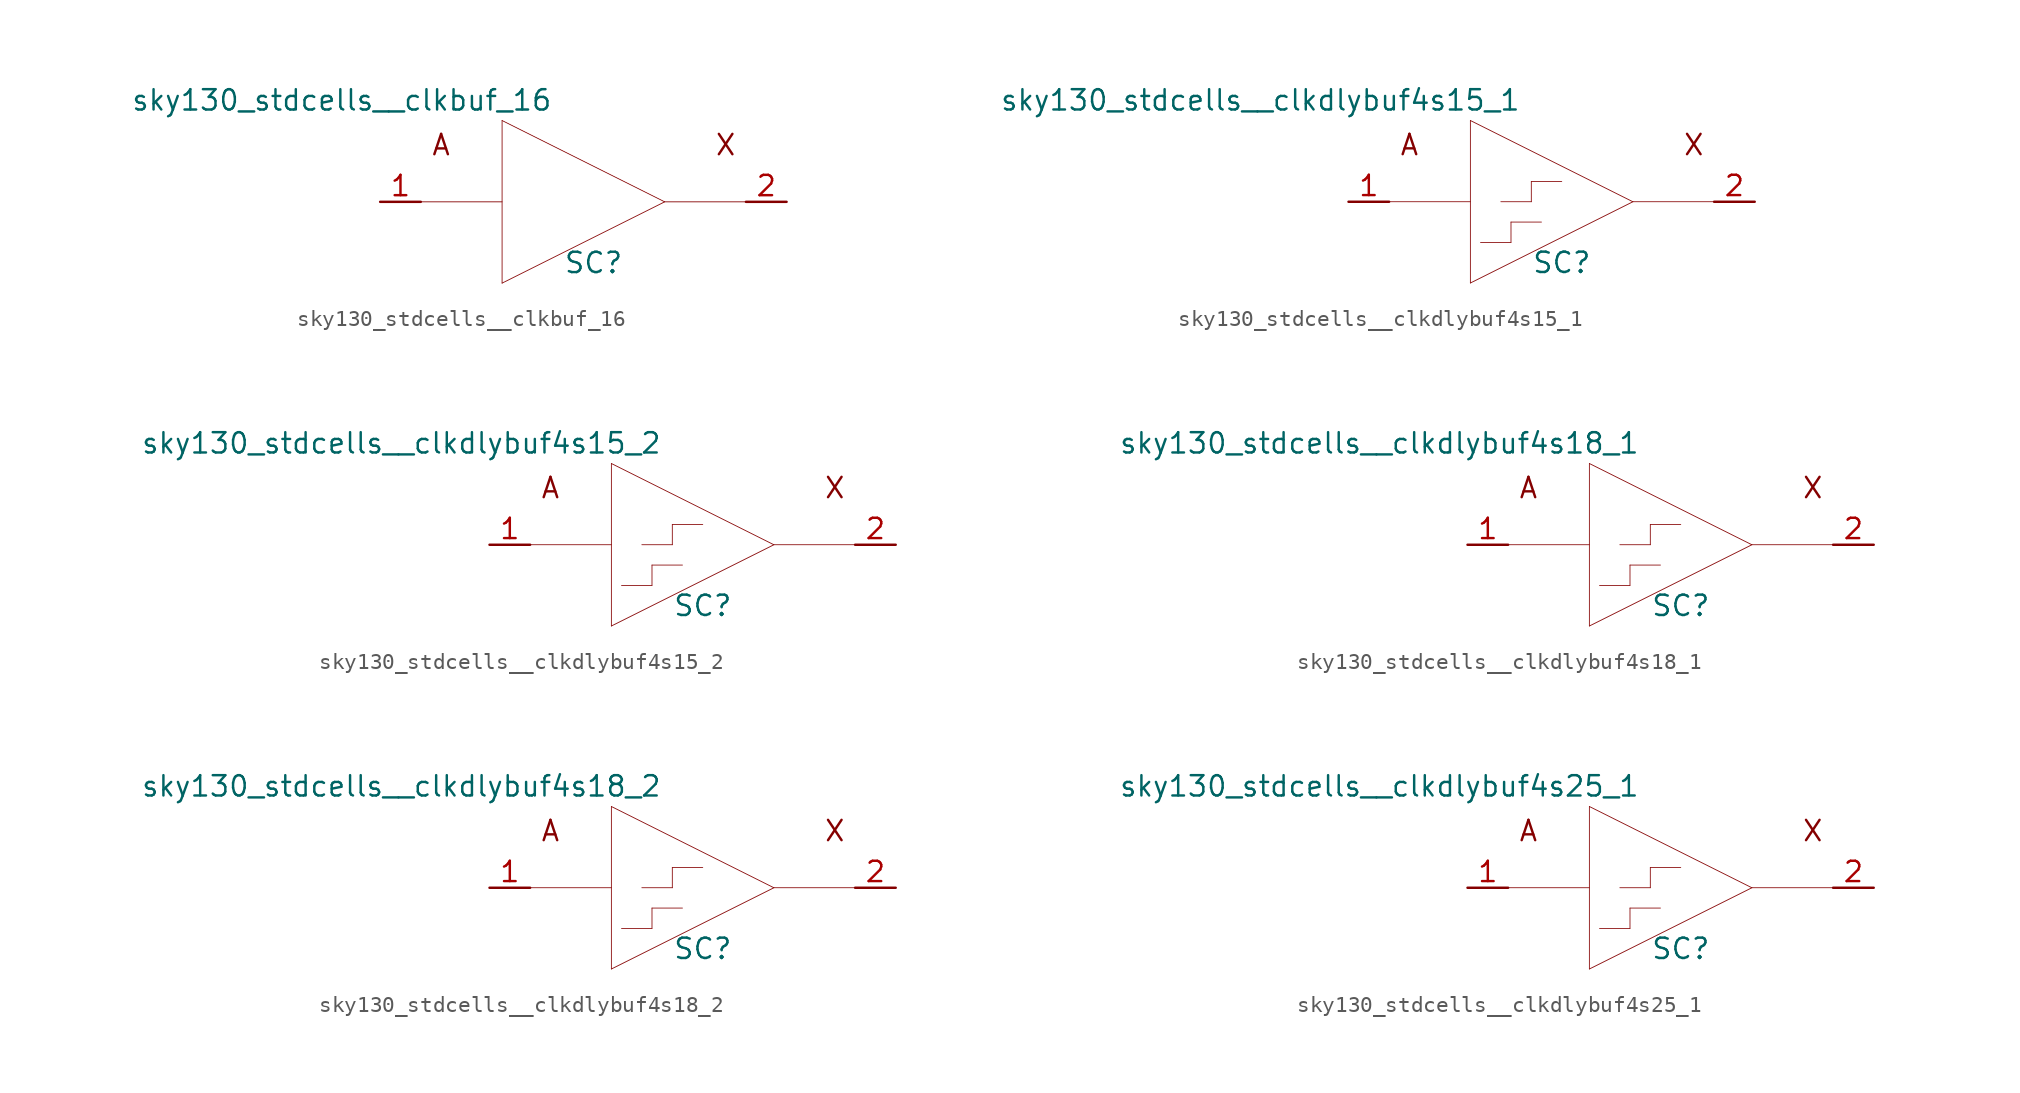
<source format=kicad_sym>
(kicad_symbol_lib
  (version 20211014)
  (generator kicad_symbol_editor)
  (symbol "sky130_stdcells__clkbuf_16"
    (pin_names hide)
    (property "Reference" "SC"
      (at 0.635 -3.81 0)
      (effects (font (size 1.27 1.27))))
    (property "Value" "sky130_stdcells__clkbuf_16"
      (at -1.905 6.35 0)
      (effects (font (size 1.27 1.27)) (justify right)))
    (symbol "sky130_stdcells__clkbuf_16_0_0"
      (polyline (pts (xy -10.16 0) (xy -5.08 0)) (stroke (width 0.051) (type default) (color 0 0 0 0)) (fill (type none)))
      (polyline (pts (xy -5.08 -5.08) (xy 5.08 0)) (stroke (width 0.051) (type default) (color 0 0 0 0)) (fill (type none)))
      (polyline (pts (xy -5.08 5.08) (xy -5.08 -5.08)) (stroke (width 0.051) (type default) (color 0 0 0 0)) (fill (type none)))
      (polyline (pts (xy -5.08 5.08) (xy 5.08 0)) (stroke (width 0.051) (type default) (color 0 0 0 0)) (fill (type none)))
      (polyline (pts (xy 5.08 0) (xy 10.16 0)) (stroke (width 0.051) (type default) (color 0 0 0 0)) (fill (type none)))
      (text "A" (at -8.89 3.556 0) (effects (font (size 1.27 1.27))))
      (text "X" (at 8.89 3.556 0) (effects (font (size 1.27 1.27)))))
    (symbol "sky130_stdcells__clkbuf_16_1_1"
      (pin input line (at -12.7 0 0) (length 2.54) (name "A" (effects (font (size 1.092 1.092)))) (number "1" (effects (font (size 1.27 1.27)))))
      (pin output line (at 12.7 0 180) (length 2.54) (name "X" (effects (font (size 1.092 1.092)))) (number "2" (effects (font (size 1.27 1.27)))))))
  (symbol "sky130_stdcells__clkdlybuf4s15_1"
    (pin_names hide)
    (property "Reference" "SC"
      (at 0.635 -3.81 0)
      (effects (font (size 1.27 1.27))))
    (property "Value" "sky130_stdcells__clkdlybuf4s15_1"
      (at -1.905 6.35 0)
      (effects (font (size 1.27 1.27)) (justify right)))
    (symbol "sky130_stdcells__clkdlybuf4s15_1_0_0"
      (polyline (pts (xy -10.16 0) (xy -5.08 0)) (stroke (width 0.051) (type default) (color 0 0 0 0)) (fill (type none)))
      (polyline (pts (xy -5.08 -5.08) (xy 5.08 0)) (stroke (width 0.051) (type default) (color 0 0 0 0)) (fill (type none)))
      (polyline (pts (xy -5.08 5.08) (xy -5.08 -5.08)) (stroke (width 0.051) (type default) (color 0 0 0 0)) (fill (type none)))
      (polyline (pts (xy -5.08 5.08) (xy 5.08 0)) (stroke (width 0.051) (type default) (color 0 0 0 0)) (fill (type none)))
      (polyline (pts (xy -4.445 -2.54) (xy -2.54 -2.54)) (stroke (width 0.051) (type default) (color 0 0 0 0)) (fill (type none)))
      (polyline (pts (xy -3.175 0) (xy -1.27 0)) (stroke (width 0.051) (type default) (color 0 0 0 0)) (fill (type none)))
      (polyline (pts (xy -2.54 -1.27) (xy -2.54 -2.54)) (stroke (width 0.051) (type default) (color 0 0 0 0)) (fill (type none)))
      (polyline (pts (xy -2.54 -1.27) (xy -0.635 -1.27)) (stroke (width 0.051) (type default) (color 0 0 0 0)) (fill (type none)))
      (polyline (pts (xy -1.27 1.27) (xy -1.27 0)) (stroke (width 0.051) (type default) (color 0 0 0 0)) (fill (type none)))
      (polyline (pts (xy -1.27 1.27) (xy 0.635 1.27)) (stroke (width 0.051) (type default) (color 0 0 0 0)) (fill (type none)))
      (polyline (pts (xy 5.08 0) (xy 10.16 0)) (stroke (width 0.051) (type default) (color 0 0 0 0)) (fill (type none)))
      (text "A" (at -8.89 3.556 0) (effects (font (size 1.27 1.27))))
      (text "X" (at 8.89 3.556 0) (effects (font (size 1.27 1.27)))))
    (symbol "sky130_stdcells__clkdlybuf4s15_1_1_1"
      (pin input line (at -12.7 0 0) (length 2.54) (name "A" (effects (font (size 1.092 1.092)))) (number "1" (effects (font (size 1.27 1.27)))))
      (pin output line (at 12.7 0 180) (length 2.54) (name "X" (effects (font (size 1.092 1.092)))) (number "2" (effects (font (size 1.27 1.27)))))))
  (symbol "sky130_stdcells__clkdlybuf4s15_2"
    (pin_names hide)
    (property "Reference" "SC"
      (at 0.635 -3.81 0)
      (effects (font (size 1.27 1.27))))
    (property "Value" "sky130_stdcells__clkdlybuf4s15_2"
      (at -1.905 6.35 0)
      (effects (font (size 1.27 1.27)) (justify right)))
    (symbol "sky130_stdcells__clkdlybuf4s15_2_0_0"
      (polyline (pts (xy -10.16 0) (xy -5.08 0)) (stroke (width 0.051) (type default) (color 0 0 0 0)) (fill (type none)))
      (polyline (pts (xy -5.08 -5.08) (xy 5.08 0)) (stroke (width 0.051) (type default) (color 0 0 0 0)) (fill (type none)))
      (polyline (pts (xy -5.08 5.08) (xy -5.08 -5.08)) (stroke (width 0.051) (type default) (color 0 0 0 0)) (fill (type none)))
      (polyline (pts (xy -5.08 5.08) (xy 5.08 0)) (stroke (width 0.051) (type default) (color 0 0 0 0)) (fill (type none)))
      (polyline (pts (xy -4.445 -2.54) (xy -2.54 -2.54)) (stroke (width 0.051) (type default) (color 0 0 0 0)) (fill (type none)))
      (polyline (pts (xy -3.175 0) (xy -1.27 0)) (stroke (width 0.051) (type default) (color 0 0 0 0)) (fill (type none)))
      (polyline (pts (xy -2.54 -1.27) (xy -2.54 -2.54)) (stroke (width 0.051) (type default) (color 0 0 0 0)) (fill (type none)))
      (polyline (pts (xy -2.54 -1.27) (xy -0.635 -1.27)) (stroke (width 0.051) (type default) (color 0 0 0 0)) (fill (type none)))
      (polyline (pts (xy -1.27 1.27) (xy -1.27 0)) (stroke (width 0.051) (type default) (color 0 0 0 0)) (fill (type none)))
      (polyline (pts (xy -1.27 1.27) (xy 0.635 1.27)) (stroke (width 0.051) (type default) (color 0 0 0 0)) (fill (type none)))
      (polyline (pts (xy 5.08 0) (xy 10.16 0)) (stroke (width 0.051) (type default) (color 0 0 0 0)) (fill (type none)))
      (text "A" (at -8.89 3.556 0) (effects (font (size 1.27 1.27))))
      (text "X" (at 8.89 3.556 0) (effects (font (size 1.27 1.27)))))
    (symbol "sky130_stdcells__clkdlybuf4s15_2_1_1"
      (pin input line (at -12.7 0 0) (length 2.54) (name "A" (effects (font (size 1.092 1.092)))) (number "1" (effects (font (size 1.27 1.27)))))
      (pin output line (at 12.7 0 180) (length 2.54) (name "X" (effects (font (size 1.092 1.092)))) (number "2" (effects (font (size 1.27 1.27)))))))
  (symbol "sky130_stdcells__clkdlybuf4s18_1"
    (pin_names hide)
    (property "Reference" "SC"
      (at 0.635 -3.81 0)
      (effects (font (size 1.27 1.27))))
    (property "Value" "sky130_stdcells__clkdlybuf4s18_1"
      (at -1.905 6.35 0)
      (effects (font (size 1.27 1.27)) (justify right)))
    (symbol "sky130_stdcells__clkdlybuf4s18_1_0_0"
      (polyline (pts (xy -10.16 0) (xy -5.08 0)) (stroke (width 0.051) (type default) (color 0 0 0 0)) (fill (type none)))
      (polyline (pts (xy -5.08 -5.08) (xy 5.08 0)) (stroke (width 0.051) (type default) (color 0 0 0 0)) (fill (type none)))
      (polyline (pts (xy -5.08 5.08) (xy -5.08 -5.08)) (stroke (width 0.051) (type default) (color 0 0 0 0)) (fill (type none)))
      (polyline (pts (xy -5.08 5.08) (xy 5.08 0)) (stroke (width 0.051) (type default) (color 0 0 0 0)) (fill (type none)))
      (polyline (pts (xy -4.445 -2.54) (xy -2.54 -2.54)) (stroke (width 0.051) (type default) (color 0 0 0 0)) (fill (type none)))
      (polyline (pts (xy -3.175 0) (xy -1.27 0)) (stroke (width 0.051) (type default) (color 0 0 0 0)) (fill (type none)))
      (polyline (pts (xy -2.54 -1.27) (xy -2.54 -2.54)) (stroke (width 0.051) (type default) (color 0 0 0 0)) (fill (type none)))
      (polyline (pts (xy -2.54 -1.27) (xy -0.635 -1.27)) (stroke (width 0.051) (type default) (color 0 0 0 0)) (fill (type none)))
      (polyline (pts (xy -1.27 1.27) (xy -1.27 0)) (stroke (width 0.051) (type default) (color 0 0 0 0)) (fill (type none)))
      (polyline (pts (xy -1.27 1.27) (xy 0.635 1.27)) (stroke (width 0.051) (type default) (color 0 0 0 0)) (fill (type none)))
      (polyline (pts (xy 5.08 0) (xy 10.16 0)) (stroke (width 0.051) (type default) (color 0 0 0 0)) (fill (type none)))
      (text "A" (at -8.89 3.556 0) (effects (font (size 1.27 1.27))))
      (text "X" (at 8.89 3.556 0) (effects (font (size 1.27 1.27)))))
    (symbol "sky130_stdcells__clkdlybuf4s18_1_1_1"
      (pin input line (at -12.7 0 0) (length 2.54) (name "A" (effects (font (size 1.092 1.092)))) (number "1" (effects (font (size 1.27 1.27)))))
      (pin output line (at 12.7 0 180) (length 2.54) (name "X" (effects (font (size 1.092 1.092)))) (number "2" (effects (font (size 1.27 1.27)))))))
  (symbol "sky130_stdcells__clkdlybuf4s18_2"
    (pin_names hide)
    (property "Reference" "SC"
      (at 0.635 -3.81 0)
      (effects (font (size 1.27 1.27))))
    (property "Value" "sky130_stdcells__clkdlybuf4s18_2"
      (at -1.905 6.35 0)
      (effects (font (size 1.27 1.27)) (justify right)))
    (symbol "sky130_stdcells__clkdlybuf4s18_2_0_0"
      (polyline (pts (xy -10.16 0) (xy -5.08 0)) (stroke (width 0.051) (type default) (color 0 0 0 0)) (fill (type none)))
      (polyline (pts (xy -5.08 -5.08) (xy 5.08 0)) (stroke (width 0.051) (type default) (color 0 0 0 0)) (fill (type none)))
      (polyline (pts (xy -5.08 5.08) (xy -5.08 -5.08)) (stroke (width 0.051) (type default) (color 0 0 0 0)) (fill (type none)))
      (polyline (pts (xy -5.08 5.08) (xy 5.08 0)) (stroke (width 0.051) (type default) (color 0 0 0 0)) (fill (type none)))
      (polyline (pts (xy -4.445 -2.54) (xy -2.54 -2.54)) (stroke (width 0.051) (type default) (color 0 0 0 0)) (fill (type none)))
      (polyline (pts (xy -3.175 0) (xy -1.27 0)) (stroke (width 0.051) (type default) (color 0 0 0 0)) (fill (type none)))
      (polyline (pts (xy -2.54 -1.27) (xy -2.54 -2.54)) (stroke (width 0.051) (type default) (color 0 0 0 0)) (fill (type none)))
      (polyline (pts (xy -2.54 -1.27) (xy -0.635 -1.27)) (stroke (width 0.051) (type default) (color 0 0 0 0)) (fill (type none)))
      (polyline (pts (xy -1.27 1.27) (xy -1.27 0)) (stroke (width 0.051) (type default) (color 0 0 0 0)) (fill (type none)))
      (polyline (pts (xy -1.27 1.27) (xy 0.635 1.27)) (stroke (width 0.051) (type default) (color 0 0 0 0)) (fill (type none)))
      (polyline (pts (xy 5.08 0) (xy 10.16 0)) (stroke (width 0.051) (type default) (color 0 0 0 0)) (fill (type none)))
      (text "A" (at -8.89 3.556 0) (effects (font (size 1.27 1.27))))
      (text "X" (at 8.89 3.556 0) (effects (font (size 1.27 1.27)))))
    (symbol "sky130_stdcells__clkdlybuf4s18_2_1_1"
      (pin input line (at -12.7 0 0) (length 2.54) (name "A" (effects (font (size 1.092 1.092)))) (number "1" (effects (font (size 1.27 1.27)))))
      (pin output line (at 12.7 0 180) (length 2.54) (name "X" (effects (font (size 1.092 1.092)))) (number "2" (effects (font (size 1.27 1.27)))))))
  (symbol "sky130_stdcells__clkdlybuf4s25_1"
    (pin_names hide)
    (property "Reference" "SC"
      (at 0.635 -3.81 0)
      (effects (font (size 1.27 1.27))))
    (property "Value" "sky130_stdcells__clkdlybuf4s25_1"
      (at -1.905 6.35 0)
      (effects (font (size 1.27 1.27)) (justify right)))
    (symbol "sky130_stdcells__clkdlybuf4s25_1_0_0"
      (polyline (pts (xy -10.16 0) (xy -5.08 0)) (stroke (width 0.051) (type default) (color 0 0 0 0)) (fill (type none)))
      (polyline (pts (xy -5.08 -5.08) (xy 5.08 0)) (stroke (width 0.051) (type default) (color 0 0 0 0)) (fill (type none)))
      (polyline (pts (xy -5.08 5.08) (xy -5.08 -5.08)) (stroke (width 0.051) (type default) (color 0 0 0 0)) (fill (type none)))
      (polyline (pts (xy -5.08 5.08) (xy 5.08 0)) (stroke (width 0.051) (type default) (color 0 0 0 0)) (fill (type none)))
      (polyline (pts (xy -4.445 -2.54) (xy -2.54 -2.54)) (stroke (width 0.051) (type default) (color 0 0 0 0)) (fill (type none)))
      (polyline (pts (xy -3.175 0) (xy -1.27 0)) (stroke (width 0.051) (type default) (color 0 0 0 0)) (fill (type none)))
      (polyline (pts (xy -2.54 -1.27) (xy -2.54 -2.54)) (stroke (width 0.051) (type default) (color 0 0 0 0)) (fill (type none)))
      (polyline (pts (xy -2.54 -1.27) (xy -0.635 -1.27)) (stroke (width 0.051) (type default) (color 0 0 0 0)) (fill (type none)))
      (polyline (pts (xy -1.27 1.27) (xy -1.27 0)) (stroke (width 0.051) (type default) (color 0 0 0 0)) (fill (type none)))
      (polyline (pts (xy -1.27 1.27) (xy 0.635 1.27)) (stroke (width 0.051) (type default) (color 0 0 0 0)) (fill (type none)))
      (polyline (pts (xy 5.08 0) (xy 10.16 0)) (stroke (width 0.051) (type default) (color 0 0 0 0)) (fill (type none)))
      (text "A" (at -8.89 3.556 0) (effects (font (size 1.27 1.27))))
      (text "X" (at 8.89 3.556 0) (effects (font (size 1.27 1.27)))))
    (symbol "sky130_stdcells__clkdlybuf4s25_1_1_1"
      (pin input line (at -12.7 0 0) (length 2.54) (name "A" (effects (font (size 1.092 1.092)))) (number "1" (effects (font (size 1.27 1.27)))))
      (pin output line (at 12.7 0 180) (length 2.54) (name "X" (effects (font (size 1.092 1.092)))) (number "2" (effects (font (size 1.27 1.27))))))))
</source>
